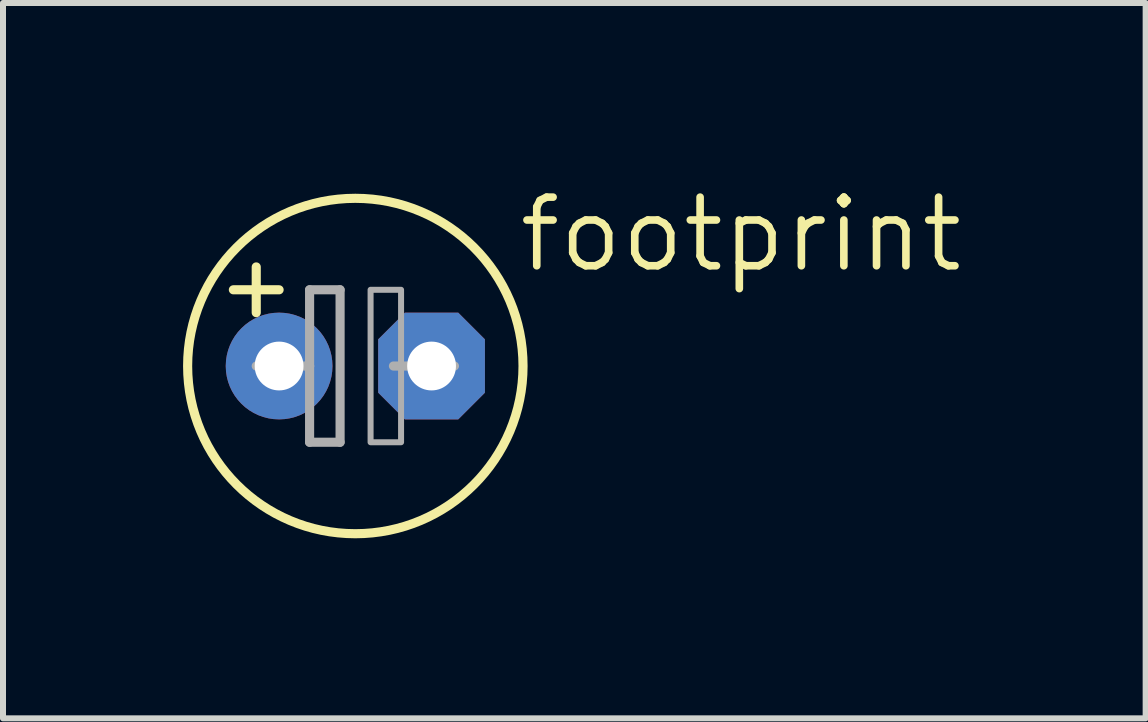
<source format=kicad_pcb>
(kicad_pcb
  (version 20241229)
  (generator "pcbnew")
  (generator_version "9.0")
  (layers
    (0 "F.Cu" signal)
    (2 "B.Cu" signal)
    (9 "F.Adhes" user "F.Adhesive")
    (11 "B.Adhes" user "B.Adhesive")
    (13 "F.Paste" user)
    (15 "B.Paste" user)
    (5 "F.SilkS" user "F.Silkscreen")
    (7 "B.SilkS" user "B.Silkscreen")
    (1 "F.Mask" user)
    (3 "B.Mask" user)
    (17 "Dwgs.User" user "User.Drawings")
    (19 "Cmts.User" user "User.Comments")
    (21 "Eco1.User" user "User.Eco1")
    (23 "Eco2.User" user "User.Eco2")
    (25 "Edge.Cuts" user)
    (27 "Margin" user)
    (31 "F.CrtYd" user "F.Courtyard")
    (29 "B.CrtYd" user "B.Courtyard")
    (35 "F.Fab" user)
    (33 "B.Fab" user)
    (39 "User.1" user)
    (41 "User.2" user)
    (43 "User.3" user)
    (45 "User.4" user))
  (footprint "footprint"
    (layer "F.Cu")
    (at 2.87 3.048)
    (property "Reference" "footprint" (at 2.667 -1.524 0) (layer "F.SilkS") (effects (font (size 1.143 1.143) (thickness 0.127)) (justify left bottom)))
    (fp_line (start -2.032 -1.27) (end -1.651 -1.27) (stroke (width 0.152) (type solid)) (layer "F.SilkS"))
    (fp_line (start -1.651 -1.27) (end -1.651 -1.651) (stroke (width 0.152) (type solid)) (layer "F.SilkS"))
    (fp_line (start -1.651 -1.27) (end -1.27 -1.27) (stroke (width 0.152) (type solid)) (layer "F.SilkS"))
    (fp_line (start -1.651 -0.889) (end -1.651 -1.27) (stroke (width 0.152) (type solid)) (layer "F.SilkS"))
    (fp_circle (center 0 0) (end 2.794 0) (stroke (width 0.152) (type solid)) (fill no) (layer "F.SilkS"))
    (fp_line (start -1.651 0) (end -0.762 0) (stroke (width 0.152) (type solid)) (layer "F.Fab"))
    (fp_line (start -0.762 -1.27) (end -0.762 0) (stroke (width 0.152) (type solid)) (layer "F.Fab"))
    (fp_line (start -0.762 0) (end -0.762 1.27) (stroke (width 0.152) (type solid)) (layer "F.Fab"))
    (fp_line (start -0.762 1.27) (end -0.254 1.27) (stroke (width 0.152) (type solid)) (layer "F.Fab"))
    (fp_line (start -0.254 -1.27) (end -0.762 -1.27) (stroke (width 0.152) (type solid)) (layer "F.Fab"))
    (fp_line (start -0.254 1.27) (end -0.254 -1.27) (stroke (width 0.152) (type solid)) (layer "F.Fab"))
    (fp_line (start 0.635 0) (end 1.651 0) (stroke (width 0.152) (type solid)) (layer "F.Fab"))
    (fp_poly (pts (xy 0.254 1.27) (xy 0.762 1.27) (xy 0.762 -1.27) (xy 0.254 -1.27)) (stroke (width 0.1) (type solid)) (fill no) (layer "F.Fab"))
    (pad "+" thru_hole circle (at -1.27 0) (size 1.778 1.778) (drill 0.813) (layers "*.Cu" "*.Mask"))
    (pad "-" thru_hole roundrect (at 1.27 0) (size 1.778 1.778) (drill 0.813) (layers "*.Cu" "*.Mask") (roundrect_rratio 0.25) (chamfer_ratio 0.25) (chamfer top_left top_right bottom_left bottom_right)))
  (gr_rect
    (start -3 -3)
    (end 16.037 8.918)
    (stroke (width 0.1) (type default))
    (fill no)
    (layer "Edge.Cuts")))
</source>
